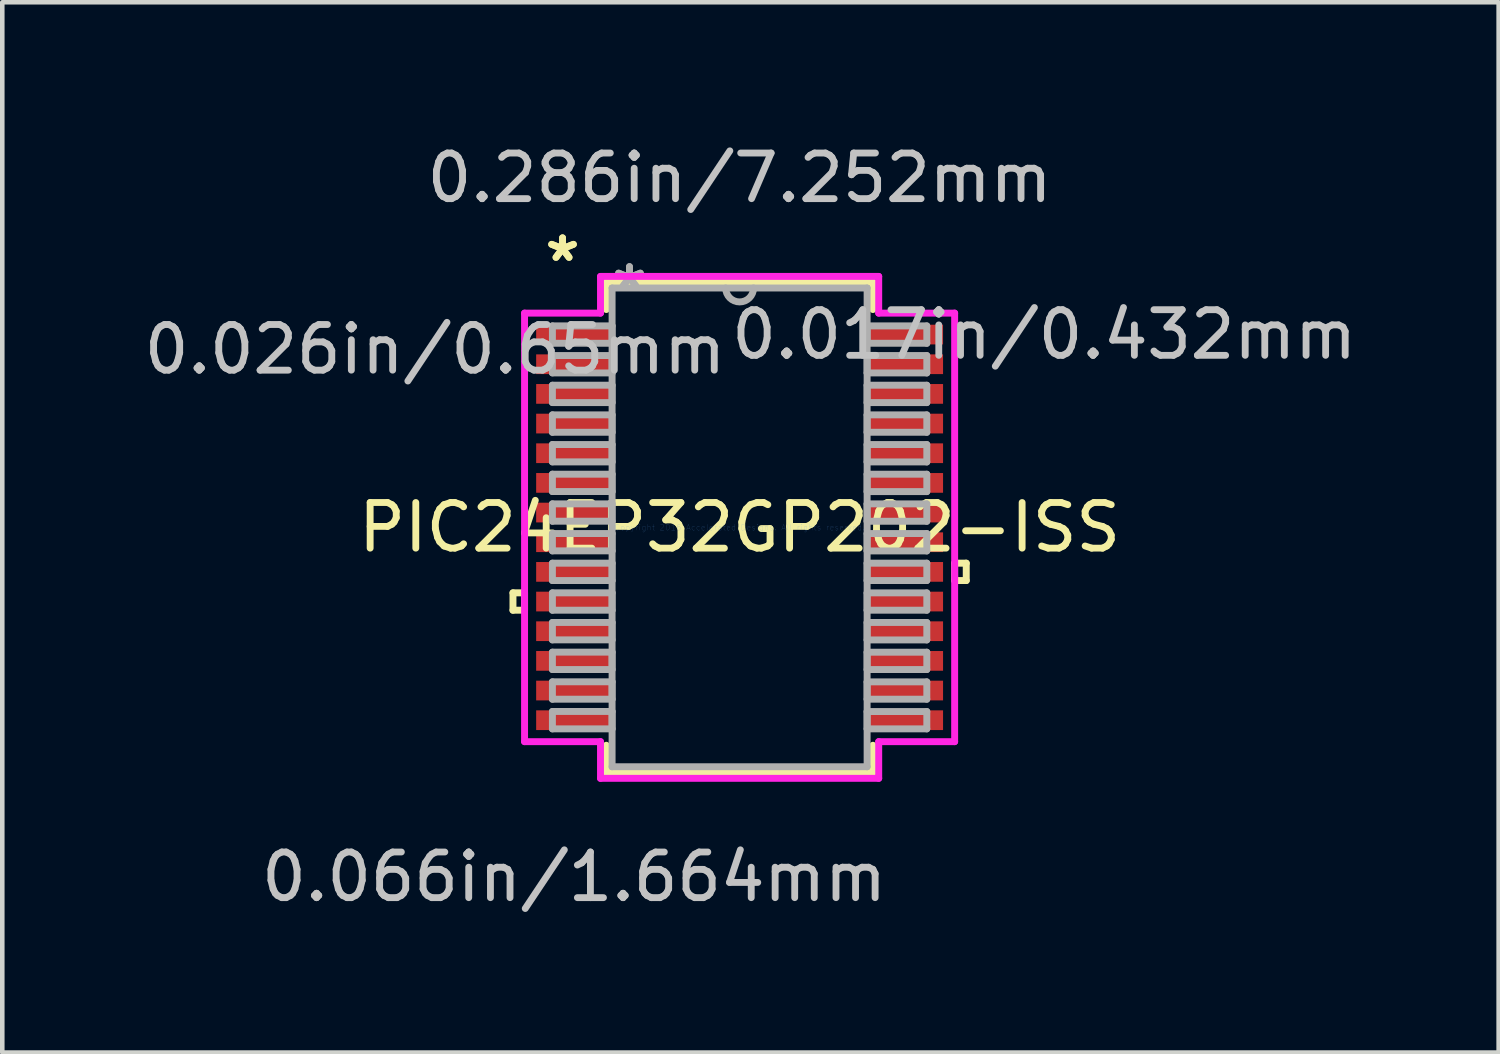
<source format=kicad_pcb>
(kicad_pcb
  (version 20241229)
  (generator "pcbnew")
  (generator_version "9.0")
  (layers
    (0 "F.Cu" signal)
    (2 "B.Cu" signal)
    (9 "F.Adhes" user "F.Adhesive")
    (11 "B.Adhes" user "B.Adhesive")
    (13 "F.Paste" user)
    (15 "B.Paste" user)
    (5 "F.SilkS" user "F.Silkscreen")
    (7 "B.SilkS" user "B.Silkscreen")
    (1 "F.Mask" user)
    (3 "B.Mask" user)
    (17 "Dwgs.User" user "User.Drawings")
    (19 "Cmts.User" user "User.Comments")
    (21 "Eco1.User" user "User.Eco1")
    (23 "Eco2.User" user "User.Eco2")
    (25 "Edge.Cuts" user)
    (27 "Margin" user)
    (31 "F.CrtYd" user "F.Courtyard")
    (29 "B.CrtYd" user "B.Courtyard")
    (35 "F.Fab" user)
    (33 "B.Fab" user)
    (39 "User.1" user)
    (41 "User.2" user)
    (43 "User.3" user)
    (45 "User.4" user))
  (footprint "PIC24EP32GP202-ISS"
    (layer "F.Cu")
    (at 13.156 8.506)
    (property "Reference" "PIC24EP32GP202-ISS" (at 0 0 0) (layer "F.SilkS") (effects (font (size 1 1) (thickness 0.15))))
    (attr through_hole)
    (fp_line (start -4.966 1.434) (end -4.966 1.815) (stroke (width 0.152) (type solid)) (layer "F.SilkS"))
    (fp_line (start -4.966 1.815) (end -4.712 1.815) (stroke (width 0.152) (type solid)) (layer "F.SilkS"))
    (fp_line (start -4.712 1.434) (end -4.966 1.434) (stroke (width 0.152) (type solid)) (layer "F.SilkS"))
    (fp_line (start -4.712 1.815) (end -4.712 1.434) (stroke (width 0.152) (type solid)) (layer "F.SilkS"))
    (fp_line (start -2.921 -5.372) (end -2.921 -4.774) (stroke (width 0.152) (type solid)) (layer "F.SilkS"))
    (fp_line (start -2.921 4.774) (end -2.921 5.372) (stroke (width 0.152) (type solid)) (layer "F.SilkS"))
    (fp_line (start -2.921 5.372) (end 2.921 5.372) (stroke (width 0.152) (type solid)) (layer "F.SilkS"))
    (fp_line (start 2.921 -5.372) (end -2.921 -5.372) (stroke (width 0.152) (type solid)) (layer "F.SilkS"))
    (fp_line (start 2.921 -4.774) (end 2.921 -5.372) (stroke (width 0.152) (type solid)) (layer "F.SilkS"))
    (fp_line (start 2.921 5.372) (end 2.921 4.774) (stroke (width 0.152) (type solid)) (layer "F.SilkS"))
    (fp_line (start 4.712 0.784) (end 4.966 0.784) (stroke (width 0.152) (type solid)) (layer "F.SilkS"))
    (fp_line (start 4.712 1.165) (end 4.712 0.784) (stroke (width 0.152) (type solid)) (layer "F.SilkS"))
    (fp_line (start 4.966 0.784) (end 4.966 1.165) (stroke (width 0.152) (type solid)) (layer "F.SilkS"))
    (fp_line (start 4.966 1.165) (end 4.712 1.165) (stroke (width 0.152) (type solid)) (layer "F.SilkS"))
    (fp_line (start -4.712 -4.695) (end -3.048 -4.695) (stroke (width 0.152) (type solid)) (layer "F.CrtYd"))
    (fp_line (start -4.712 4.695) (end -4.712 -4.695) (stroke (width 0.152) (type solid)) (layer "F.CrtYd"))
    (fp_line (start -3.048 -5.499) (end 3.048 -5.499) (stroke (width 0.152) (type solid)) (layer "F.CrtYd"))
    (fp_line (start -3.048 -4.695) (end -3.048 -5.499) (stroke (width 0.152) (type solid)) (layer "F.CrtYd"))
    (fp_line (start -3.048 4.695) (end -4.712 4.695) (stroke (width 0.152) (type solid)) (layer "F.CrtYd"))
    (fp_line (start -3.048 5.499) (end -3.048 4.695) (stroke (width 0.152) (type solid)) (layer "F.CrtYd"))
    (fp_line (start 3.048 -5.499) (end 3.048 -4.695) (stroke (width 0.152) (type solid)) (layer "F.CrtYd"))
    (fp_line (start 3.048 -4.695) (end 4.712 -4.695) (stroke (width 0.152) (type solid)) (layer "F.CrtYd"))
    (fp_line (start 3.048 4.695) (end 3.048 5.499) (stroke (width 0.152) (type solid)) (layer "F.CrtYd"))
    (fp_line (start 3.048 5.499) (end -3.048 5.499) (stroke (width 0.152) (type solid)) (layer "F.CrtYd"))
    (fp_line (start 4.712 -4.695) (end 4.712 4.695) (stroke (width 0.152) (type solid)) (layer "F.CrtYd"))
    (fp_line (start 4.712 4.695) (end 3.048 4.695) (stroke (width 0.152) (type solid)) (layer "F.CrtYd"))
    (fp_line (start -4.102 -4.415) (end -4.102 -4.035) (stroke (width 0.152) (type solid)) (layer "F.Fab"))
    (fp_line (start -4.102 -4.035) (end -2.794 -4.035) (stroke (width 0.152) (type solid)) (layer "F.Fab"))
    (fp_line (start -4.102 -3.765) (end -4.102 -3.385) (stroke (width 0.152) (type solid)) (layer "F.Fab"))
    (fp_line (start -4.102 -3.385) (end -2.794 -3.385) (stroke (width 0.152) (type solid)) (layer "F.Fab"))
    (fp_line (start -4.102 -3.115) (end -4.102 -2.735) (stroke (width 0.152) (type solid)) (layer "F.Fab"))
    (fp_line (start -4.102 -2.735) (end -2.794 -2.735) (stroke (width 0.152) (type solid)) (layer "F.Fab"))
    (fp_line (start -4.102 -2.466) (end -4.102 -2.084) (stroke (width 0.152) (type solid)) (layer "F.Fab"))
    (fp_line (start -4.102 -2.084) (end -2.794 -2.084) (stroke (width 0.152) (type solid)) (layer "F.Fab"))
    (fp_line (start -4.102 -1.816) (end -4.102 -1.435) (stroke (width 0.152) (type solid)) (layer "F.Fab"))
    (fp_line (start -4.102 -1.435) (end -2.794 -1.435) (stroke (width 0.152) (type solid)) (layer "F.Fab"))
    (fp_line (start -4.102 -1.166) (end -4.102 -0.785) (stroke (width 0.152) (type solid)) (layer "F.Fab"))
    (fp_line (start -4.102 -0.785) (end -2.794 -0.785) (stroke (width 0.152) (type solid)) (layer "F.Fab"))
    (fp_line (start -4.102 -0.516) (end -4.102 -0.135) (stroke (width 0.152) (type solid)) (layer "F.Fab"))
    (fp_line (start -4.102 -0.135) (end -2.794 -0.135) (stroke (width 0.152) (type solid)) (layer "F.Fab"))
    (fp_line (start -4.102 0.134) (end -4.102 0.515) (stroke (width 0.152) (type solid)) (layer "F.Fab"))
    (fp_line (start -4.102 0.515) (end -2.794 0.515) (stroke (width 0.152) (type solid)) (layer "F.Fab"))
    (fp_line (start -4.102 0.784) (end -4.102 1.165) (stroke (width 0.152) (type solid)) (layer "F.Fab"))
    (fp_line (start -4.102 1.165) (end -2.794 1.165) (stroke (width 0.152) (type solid)) (layer "F.Fab"))
    (fp_line (start -4.102 1.434) (end -4.102 1.815) (stroke (width 0.152) (type solid)) (layer "F.Fab"))
    (fp_line (start -4.102 1.815) (end -2.794 1.815) (stroke (width 0.152) (type solid)) (layer "F.Fab"))
    (fp_line (start -4.102 2.084) (end -4.102 2.465) (stroke (width 0.152) (type solid)) (layer "F.Fab"))
    (fp_line (start -4.102 2.465) (end -2.794 2.465) (stroke (width 0.152) (type solid)) (layer "F.Fab"))
    (fp_line (start -4.102 2.734) (end -4.102 3.115) (stroke (width 0.152) (type solid)) (layer "F.Fab"))
    (fp_line (start -4.102 3.115) (end -2.794 3.115) (stroke (width 0.152) (type solid)) (layer "F.Fab"))
    (fp_line (start -4.102 3.384) (end -4.102 3.765) (stroke (width 0.152) (type solid)) (layer "F.Fab"))
    (fp_line (start -4.102 3.765) (end -2.794 3.765) (stroke (width 0.152) (type solid)) (layer "F.Fab"))
    (fp_line (start -4.102 4.034) (end -4.102 4.415) (stroke (width 0.152) (type solid)) (layer "F.Fab"))
    (fp_line (start -4.102 4.415) (end -2.794 4.415) (stroke (width 0.152) (type solid)) (layer "F.Fab"))
    (fp_line (start -2.794 -5.245) (end -2.794 5.245) (stroke (width 0.152) (type solid)) (layer "F.Fab"))
    (fp_line (start -2.794 -4.415) (end -4.102 -4.415) (stroke (width 0.152) (type solid)) (layer "F.Fab"))
    (fp_line (start -2.794 -4.035) (end -2.794 -4.415) (stroke (width 0.152) (type solid)) (layer "F.Fab"))
    (fp_line (start -2.794 -3.765) (end -4.102 -3.765) (stroke (width 0.152) (type solid)) (layer "F.Fab"))
    (fp_line (start -2.794 -3.385) (end -2.794 -3.765) (stroke (width 0.152) (type solid)) (layer "F.Fab"))
    (fp_line (start -2.794 -3.115) (end -4.102 -3.115) (stroke (width 0.152) (type solid)) (layer "F.Fab"))
    (fp_line (start -2.794 -2.735) (end -2.794 -3.115) (stroke (width 0.152) (type solid)) (layer "F.Fab"))
    (fp_line (start -2.794 -2.466) (end -4.102 -2.466) (stroke (width 0.152) (type solid)) (layer "F.Fab"))
    (fp_line (start -2.794 -2.084) (end -2.794 -2.466) (stroke (width 0.152) (type solid)) (layer "F.Fab"))
    (fp_line (start -2.794 -1.816) (end -4.102 -1.816) (stroke (width 0.152) (type solid)) (layer "F.Fab"))
    (fp_line (start -2.794 -1.435) (end -2.794 -1.816) (stroke (width 0.152) (type solid)) (layer "F.Fab"))
    (fp_line (start -2.794 -1.166) (end -4.102 -1.166) (stroke (width 0.152) (type solid)) (layer "F.Fab"))
    (fp_line (start -2.794 -0.785) (end -2.794 -1.166) (stroke (width 0.152) (type solid)) (layer "F.Fab"))
    (fp_line (start -2.794 -0.516) (end -4.102 -0.516) (stroke (width 0.152) (type solid)) (layer "F.Fab"))
    (fp_line (start -2.794 -0.135) (end -2.794 -0.516) (stroke (width 0.152) (type solid)) (layer "F.Fab"))
    (fp_line (start -2.794 0.134) (end -4.102 0.134) (stroke (width 0.152) (type solid)) (layer "F.Fab"))
    (fp_line (start -2.794 0.515) (end -2.794 0.134) (stroke (width 0.152) (type solid)) (layer "F.Fab"))
    (fp_line (start -2.794 0.784) (end -4.102 0.784) (stroke (width 0.152) (type solid)) (layer "F.Fab"))
    (fp_line (start -2.794 1.165) (end -2.794 0.784) (stroke (width 0.152) (type solid)) (layer "F.Fab"))
    (fp_line (start -2.794 1.434) (end -4.102 1.434) (stroke (width 0.152) (type solid)) (layer "F.Fab"))
    (fp_line (start -2.794 1.815) (end -2.794 1.434) (stroke (width 0.152) (type solid)) (layer "F.Fab"))
    (fp_line (start -2.794 2.084) (end -4.102 2.084) (stroke (width 0.152) (type solid)) (layer "F.Fab"))
    (fp_line (start -2.794 2.465) (end -2.794 2.084) (stroke (width 0.152) (type solid)) (layer "F.Fab"))
    (fp_line (start -2.794 2.734) (end -4.102 2.734) (stroke (width 0.152) (type solid)) (layer "F.Fab"))
    (fp_line (start -2.794 3.115) (end -2.794 2.734) (stroke (width 0.152) (type solid)) (layer "F.Fab"))
    (fp_line (start -2.794 3.384) (end -4.102 3.384) (stroke (width 0.152) (type solid)) (layer "F.Fab"))
    (fp_line (start -2.794 3.765) (end -2.794 3.384) (stroke (width 0.152) (type solid)) (layer "F.Fab"))
    (fp_line (start -2.794 4.034) (end -4.102 4.034) (stroke (width 0.152) (type solid)) (layer "F.Fab"))
    (fp_line (start -2.794 4.415) (end -2.794 4.034) (stroke (width 0.152) (type solid)) (layer "F.Fab"))
    (fp_line (start -2.794 5.245) (end 2.794 5.245) (stroke (width 0.152) (type solid)) (layer "F.Fab"))
    (fp_line (start 2.794 -5.245) (end -2.794 -5.245) (stroke (width 0.152) (type solid)) (layer "F.Fab"))
    (fp_line (start 2.794 -4.415) (end 2.794 -4.034) (stroke (width 0.152) (type solid)) (layer "F.Fab"))
    (fp_line (start 2.794 -4.034) (end 4.102 -4.034) (stroke (width 0.152) (type solid)) (layer "F.Fab"))
    (fp_line (start 2.794 -3.765) (end 2.794 -3.384) (stroke (width 0.152) (type solid)) (layer "F.Fab"))
    (fp_line (start 2.794 -3.384) (end 4.102 -3.384) (stroke (width 0.152) (type solid)) (layer "F.Fab"))
    (fp_line (start 2.794 -3.115) (end 2.794 -2.734) (stroke (width 0.152) (type solid)) (layer "F.Fab"))
    (fp_line (start 2.794 -2.734) (end 4.102 -2.734) (stroke (width 0.152) (type solid)) (layer "F.Fab"))
    (fp_line (start 2.794 -2.465) (end 2.794 -2.084) (stroke (width 0.152) (type solid)) (layer "F.Fab"))
    (fp_line (start 2.794 -2.084) (end 4.102 -2.084) (stroke (width 0.152) (type solid)) (layer "F.Fab"))
    (fp_line (start 2.794 -1.815) (end 2.794 -1.434) (stroke (width 0.152) (type solid)) (layer "F.Fab"))
    (fp_line (start 2.794 -1.434) (end 4.102 -1.434) (stroke (width 0.152) (type solid)) (layer "F.Fab"))
    (fp_line (start 2.794 -1.165) (end 2.794 -0.784) (stroke (width 0.152) (type solid)) (layer "F.Fab"))
    (fp_line (start 2.794 -0.784) (end 4.102 -0.784) (stroke (width 0.152) (type solid)) (layer "F.Fab"))
    (fp_line (start 2.794 -0.515) (end 2.794 -0.134) (stroke (width 0.152) (type solid)) (layer "F.Fab"))
    (fp_line (start 2.794 -0.134) (end 4.102 -0.134) (stroke (width 0.152) (type solid)) (layer "F.Fab"))
    (fp_line (start 2.794 0.135) (end 2.794 0.516) (stroke (width 0.152) (type solid)) (layer "F.Fab"))
    (fp_line (start 2.794 0.516) (end 4.102 0.516) (stroke (width 0.152) (type solid)) (layer "F.Fab"))
    (fp_line (start 2.794 0.784) (end 2.794 1.165) (stroke (width 0.152) (type solid)) (layer "F.Fab"))
    (fp_line (start 2.794 1.165) (end 4.102 1.165) (stroke (width 0.152) (type solid)) (layer "F.Fab"))
    (fp_line (start 2.794 1.435) (end 2.794 1.815) (stroke (width 0.152) (type solid)) (layer "F.Fab"))
    (fp_line (start 2.794 1.815) (end 4.102 1.815) (stroke (width 0.152) (type solid)) (layer "F.Fab"))
    (fp_line (start 2.794 2.084) (end 2.794 2.466) (stroke (width 0.152) (type solid)) (layer "F.Fab"))
    (fp_line (start 2.794 2.466) (end 4.102 2.466) (stroke (width 0.152) (type solid)) (layer "F.Fab"))
    (fp_line (start 2.794 2.735) (end 2.794 3.115) (stroke (width 0.152) (type solid)) (layer "F.Fab"))
    (fp_line (start 2.794 3.115) (end 4.102 3.115) (stroke (width 0.152) (type solid)) (layer "F.Fab"))
    (fp_line (start 2.794 3.385) (end 2.794 3.765) (stroke (width 0.152) (type solid)) (layer "F.Fab"))
    (fp_line (start 2.794 3.765) (end 4.102 3.765) (stroke (width 0.152) (type solid)) (layer "F.Fab"))
    (fp_line (start 2.794 4.035) (end 2.794 4.415) (stroke (width 0.152) (type solid)) (layer "F.Fab"))
    (fp_line (start 2.794 4.415) (end 4.102 4.415) (stroke (width 0.152) (type solid)) (layer "F.Fab"))
    (fp_line (start 2.794 5.245) (end 2.794 -5.245) (stroke (width 0.152) (type solid)) (layer "F.Fab"))
    (fp_line (start 4.102 -4.415) (end 2.794 -4.415) (stroke (width 0.152) (type solid)) (layer "F.Fab"))
    (fp_line (start 4.102 -4.034) (end 4.102 -4.415) (stroke (width 0.152) (type solid)) (layer "F.Fab"))
    (fp_line (start 4.102 -3.765) (end 2.794 -3.765) (stroke (width 0.152) (type solid)) (layer "F.Fab"))
    (fp_line (start 4.102 -3.384) (end 4.102 -3.765) (stroke (width 0.152) (type solid)) (layer "F.Fab"))
    (fp_line (start 4.102 -3.115) (end 2.794 -3.115) (stroke (width 0.152) (type solid)) (layer "F.Fab"))
    (fp_line (start 4.102 -2.734) (end 4.102 -3.115) (stroke (width 0.152) (type solid)) (layer "F.Fab"))
    (fp_line (start 4.102 -2.465) (end 2.794 -2.465) (stroke (width 0.152) (type solid)) (layer "F.Fab"))
    (fp_line (start 4.102 -2.084) (end 4.102 -2.465) (stroke (width 0.152) (type solid)) (layer "F.Fab"))
    (fp_line (start 4.102 -1.815) (end 2.794 -1.815) (stroke (width 0.152) (type solid)) (layer "F.Fab"))
    (fp_line (start 4.102 -1.434) (end 4.102 -1.815) (stroke (width 0.152) (type solid)) (layer "F.Fab"))
    (fp_line (start 4.102 -1.165) (end 2.794 -1.165) (stroke (width 0.152) (type solid)) (layer "F.Fab"))
    (fp_line (start 4.102 -0.784) (end 4.102 -1.165) (stroke (width 0.152) (type solid)) (layer "F.Fab"))
    (fp_line (start 4.102 -0.515) (end 2.794 -0.515) (stroke (width 0.152) (type solid)) (layer "F.Fab"))
    (fp_line (start 4.102 -0.134) (end 4.102 -0.515) (stroke (width 0.152) (type solid)) (layer "F.Fab"))
    (fp_line (start 4.102 0.135) (end 2.794 0.135) (stroke (width 0.152) (type solid)) (layer "F.Fab"))
    (fp_line (start 4.102 0.516) (end 4.102 0.135) (stroke (width 0.152) (type solid)) (layer "F.Fab"))
    (fp_line (start 4.102 0.784) (end 2.794 0.784) (stroke (width 0.152) (type solid)) (layer "F.Fab"))
    (fp_line (start 4.102 1.165) (end 4.102 0.784) (stroke (width 0.152) (type solid)) (layer "F.Fab"))
    (fp_line (start 4.102 1.435) (end 2.794 1.435) (stroke (width 0.152) (type solid)) (layer "F.Fab"))
    (fp_line (start 4.102 1.815) (end 4.102 1.435) (stroke (width 0.152) (type solid)) (layer "F.Fab"))
    (fp_line (start 4.102 2.084) (end 2.794 2.084) (stroke (width 0.152) (type solid)) (layer "F.Fab"))
    (fp_line (start 4.102 2.466) (end 4.102 2.084) (stroke (width 0.152) (type solid)) (layer "F.Fab"))
    (fp_line (start 4.102 2.735) (end 2.794 2.735) (stroke (width 0.152) (type solid)) (layer "F.Fab"))
    (fp_line (start 4.102 3.115) (end 4.102 2.735) (stroke (width 0.152) (type solid)) (layer "F.Fab"))
    (fp_line (start 4.102 3.385) (end 2.794 3.385) (stroke (width 0.152) (type solid)) (layer "F.Fab"))
    (fp_line (start 4.102 3.765) (end 4.102 3.385) (stroke (width 0.152) (type solid)) (layer "F.Fab"))
    (fp_line (start 4.102 4.035) (end 2.794 4.035) (stroke (width 0.152) (type solid)) (layer "F.Fab"))
    (fp_line (start 4.102 4.415) (end 4.102 4.035) (stroke (width 0.152) (type solid)) (layer "F.Fab"))
    (fp_arc (start 0.3048 -5.2451) (mid 0 -4.9403) (end -0.3048 -5.2451) (stroke (width 0.1524) (type solid)) (layer "F.Fab"))
    (fp_text user "*" (at -3.88 -5.8 0) (layer "F.SilkS") (effects (font (size 1 1) (thickness 0.15))))
    (fp_text user "*" (at -3.88 -5.8 0) (layer "F.SilkS") (effects (font (size 1 1) (thickness 0.15))))
    (fp_text user "0.017in/0.432mm" (at 6.674 -4.225 0) (layer "Dwgs.User") (effects (font (size 1 1) (thickness 0.15))))
    (fp_text user "0.066in/1.664mm" (at -3.626 7.658 0) (layer "Dwgs.User") (effects (font (size 1 1) (thickness 0.15))))
    (fp_text user "0.026in/0.65mm" (at -6.674 -3.9 0) (layer "Dwgs.User") (effects (font (size 1 1) (thickness 0.15))))
    (fp_text user "0.286in/7.252mm" (at 0 -7.658 0) (layer "Dwgs.User") (effects (font (size 1 1) (thickness 0.15))))
    (fp_text user "Copyright 2016 Accelerated Designs. All rights reserved." (at 0 0 0) (layer "Cmts.User") (effects (font (size 0.127 0.127) (thickness 0.002))))
    (fp_text user "*" (at -2.413 -5.169 0) (layer "F.Fab") (effects (font (size 1 1) (thickness 0.15))))
    (fp_text user "*" (at -2.413 -5.169 0) (layer "F.Fab") (effects (font (size 1 1) (thickness 0.15))))
    (pad "1" smd rect (at -3.626 -4.225) (size 1.664 0.432) (layers "F.Cu" "F.Mask" "F.Paste"))
    (pad "2" smd rect (at -3.626 -3.575) (size 1.664 0.432) (layers "F.Cu" "F.Mask" "F.Paste"))
    (pad "3" smd rect (at -3.626 -2.925) (size 1.664 0.432) (layers "F.Cu" "F.Mask" "F.Paste"))
    (pad "4" smd rect (at -3.626 -2.275) (size 1.664 0.432) (layers "F.Cu" "F.Mask" "F.Paste"))
    (pad "5" smd rect (at -3.626 -1.625) (size 1.664 0.432) (layers "F.Cu" "F.Mask" "F.Paste"))
    (pad "6" smd rect (at -3.626 -0.975) (size 1.664 0.432) (layers "F.Cu" "F.Mask" "F.Paste"))
    (pad "7" smd rect (at -3.626 -0.325) (size 1.664 0.432) (layers "F.Cu" "F.Mask" "F.Paste"))
    (pad "8" smd rect (at -3.626 0.325) (size 1.664 0.432) (layers "F.Cu" "F.Mask" "F.Paste"))
    (pad "9" smd rect (at -3.626 0.975) (size 1.664 0.432) (layers "F.Cu" "F.Mask" "F.Paste"))
    (pad "10" smd rect (at -3.626 1.625) (size 1.664 0.432) (layers "F.Cu" "F.Mask" "F.Paste"))
    (pad "11" smd rect (at -3.626 2.275) (size 1.664 0.432) (layers "F.Cu" "F.Mask" "F.Paste"))
    (pad "12" smd rect (at -3.626 2.925) (size 1.664 0.432) (layers "F.Cu" "F.Mask" "F.Paste"))
    (pad "13" smd rect (at -3.626 3.575) (size 1.664 0.432) (layers "F.Cu" "F.Mask" "F.Paste"))
    (pad "14" smd rect (at -3.626 4.225) (size 1.664 0.432) (layers "F.Cu" "F.Mask" "F.Paste"))
    (pad "15" smd rect (at 3.626 4.225) (size 1.664 0.432) (layers "F.Cu" "F.Mask" "F.Paste"))
    (pad "16" smd rect (at 3.626 3.575) (size 1.664 0.432) (layers "F.Cu" "F.Mask" "F.Paste"))
    (pad "17" smd rect (at 3.626 2.925) (size 1.664 0.432) (layers "F.Cu" "F.Mask" "F.Paste"))
    (pad "18" smd rect (at 3.626 2.275) (size 1.664 0.432) (layers "F.Cu" "F.Mask" "F.Paste"))
    (pad "19" smd rect (at 3.626 1.625) (size 1.664 0.432) (layers "F.Cu" "F.Mask" "F.Paste"))
    (pad "20" smd rect (at 3.626 0.975) (size 1.664 0.432) (layers "F.Cu" "F.Mask" "F.Paste"))
    (pad "21" smd rect (at 3.626 0.325) (size 1.664 0.432) (layers "F.Cu" "F.Mask" "F.Paste"))
    (pad "22" smd rect (at 3.626 -0.325) (size 1.664 0.432) (layers "F.Cu" "F.Mask" "F.Paste"))
    (pad "23" smd rect (at 3.626 -0.975) (size 1.664 0.432) (layers "F.Cu" "F.Mask" "F.Paste"))
    (pad "24" smd rect (at 3.626 -1.625) (size 1.664 0.432) (layers "F.Cu" "F.Mask" "F.Paste"))
    (pad "25" smd rect (at 3.626 -2.275) (size 1.664 0.432) (layers "F.Cu" "F.Mask" "F.Paste"))
    (pad "26" smd rect (at 3.626 -2.925) (size 1.664 0.432) (layers "F.Cu" "F.Mask" "F.Paste"))
    (pad "27" smd rect (at 3.626 -3.575) (size 1.664 0.432) (layers "F.Cu" "F.Mask" "F.Paste"))
    (pad "28" smd rect (at 3.626 -4.225) (size 1.664 0.432) (layers "F.Cu" "F.Mask" "F.Paste")))
  (gr_rect
    (start -3 -3)
    (end 29.788 20.013)
    (stroke (width 0.1) (type default))
    (fill no)
    (layer "Edge.Cuts")))
</source>
